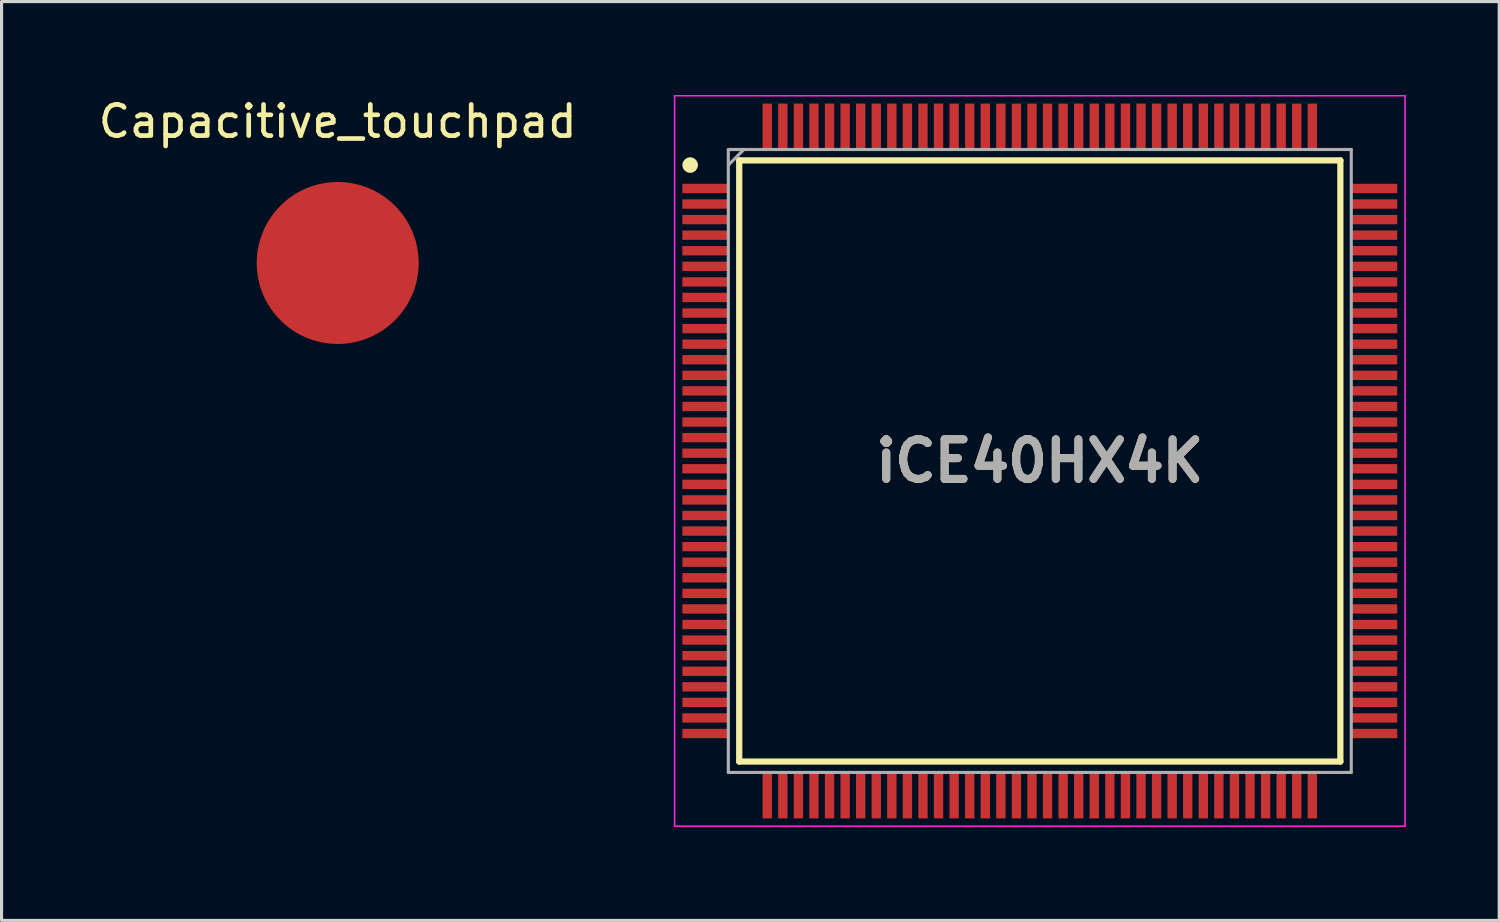
<source format=kicad_pcb>
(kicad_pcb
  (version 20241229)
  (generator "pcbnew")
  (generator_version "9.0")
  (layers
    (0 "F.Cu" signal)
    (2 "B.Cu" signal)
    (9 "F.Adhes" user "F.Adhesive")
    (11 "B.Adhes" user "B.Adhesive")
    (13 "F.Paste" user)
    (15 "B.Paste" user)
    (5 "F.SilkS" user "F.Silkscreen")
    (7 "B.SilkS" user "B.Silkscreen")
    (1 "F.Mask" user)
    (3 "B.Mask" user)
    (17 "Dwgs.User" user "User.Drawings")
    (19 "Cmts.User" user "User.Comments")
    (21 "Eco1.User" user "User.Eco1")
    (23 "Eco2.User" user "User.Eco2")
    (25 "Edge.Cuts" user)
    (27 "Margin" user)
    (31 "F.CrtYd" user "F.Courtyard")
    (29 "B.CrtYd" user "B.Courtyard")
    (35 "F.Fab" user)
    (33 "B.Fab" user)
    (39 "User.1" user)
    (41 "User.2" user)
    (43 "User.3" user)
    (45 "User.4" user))
  (footprint "iCE40HX4K"
    (layer "F.Cu")
    (at 30.333 11.75)
    (property "Reference" "iCE40HX4K" (at 0 0 0) (layer "F.SilkS") (effects (font (size 1.27 1.27) (thickness 0.254))))
    (attr smd)
    (fp_line (start -9.65 -9.65) (end 9.65 -9.65) (stroke (width 0.2) (type solid)) (layer "F.SilkS"))
    (fp_line (start -9.65 9.65) (end -9.65 -9.65) (stroke (width 0.2) (type solid)) (layer "F.SilkS"))
    (fp_line (start 9.65 -9.65) (end 9.65 9.65) (stroke (width 0.2) (type solid)) (layer "F.SilkS"))
    (fp_line (start 9.65 9.65) (end -9.65 9.65) (stroke (width 0.2) (type solid)) (layer "F.SilkS"))
    (fp_circle (center -11.225 -9.5) (end -11.225 -9.375) (stroke (width 0.25) (type solid)) (fill no) (layer "F.SilkS"))
    (fp_line (start -11.725 -11.725) (end 11.725 -11.725) (stroke (width 0.05) (type solid)) (layer "F.CrtYd"))
    (fp_line (start -11.725 11.725) (end -11.725 -11.725) (stroke (width 0.05) (type solid)) (layer "F.CrtYd"))
    (fp_line (start 11.725 -11.725) (end 11.725 11.725) (stroke (width 0.05) (type solid)) (layer "F.CrtYd"))
    (fp_line (start 11.725 11.725) (end -11.725 11.725) (stroke (width 0.05) (type solid)) (layer "F.CrtYd"))
    (fp_line (start -10 -10) (end 10 -10) (stroke (width 0.1) (type solid)) (layer "F.Fab"))
    (fp_line (start -10 -9.5) (end -9.5 -10) (stroke (width 0.1) (type solid)) (layer "F.Fab"))
    (fp_line (start -10 10) (end -10 -10) (stroke (width 0.1) (type solid)) (layer "F.Fab"))
    (fp_line (start 10 -10) (end 10 10) (stroke (width 0.1) (type solid)) (layer "F.Fab"))
    (fp_line (start 10 10) (end -10 10) (stroke (width 0.1) (type solid)) (layer "F.Fab"))
    (fp_text user "${REFERENCE}" (at 0 0 0) (layer "F.Fab") (effects (font (size 1.27 1.27) (thickness 0.254))))
    (pad "1" smd rect (at -10.738 -8.75 90) (size 0.3 1.475) (layers "F.Cu" "F.Mask" "F.Paste"))
    (pad "2" smd rect (at -10.738 -8.25 90) (size 0.3 1.475) (layers "F.Cu" "F.Mask" "F.Paste"))
    (pad "3" smd rect (at -10.738 -7.75 90) (size 0.3 1.475) (layers "F.Cu" "F.Mask" "F.Paste"))
    (pad "4" smd rect (at -10.738 -7.25 90) (size 0.3 1.475) (layers "F.Cu" "F.Mask" "F.Paste"))
    (pad "5" smd rect (at -10.738 -6.75 90) (size 0.3 1.475) (layers "F.Cu" "F.Mask" "F.Paste"))
    (pad "6" smd rect (at -10.738 -6.25 90) (size 0.3 1.475) (layers "F.Cu" "F.Mask" "F.Paste"))
    (pad "7" smd rect (at -10.738 -5.75 90) (size 0.3 1.475) (layers "F.Cu" "F.Mask" "F.Paste"))
    (pad "8" smd rect (at -10.738 -5.25 90) (size 0.3 1.475) (layers "F.Cu" "F.Mask" "F.Paste"))
    (pad "9" smd rect (at -10.738 -4.75 90) (size 0.3 1.475) (layers "F.Cu" "F.Mask" "F.Paste"))
    (pad "10" smd rect (at -10.738 -4.25 90) (size 0.3 1.475) (layers "F.Cu" "F.Mask" "F.Paste"))
    (pad "11" smd rect (at -10.738 -3.75 90) (size 0.3 1.475) (layers "F.Cu" "F.Mask" "F.Paste"))
    (pad "12" smd rect (at -10.738 -3.25 90) (size 0.3 1.475) (layers "F.Cu" "F.Mask" "F.Paste"))
    (pad "13" smd rect (at -10.738 -2.75 90) (size 0.3 1.475) (layers "F.Cu" "F.Mask" "F.Paste"))
    (pad "14" smd rect (at -10.738 -2.25 90) (size 0.3 1.475) (layers "F.Cu" "F.Mask" "F.Paste"))
    (pad "15" smd rect (at -10.738 -1.75 90) (size 0.3 1.475) (layers "F.Cu" "F.Mask" "F.Paste"))
    (pad "16" smd rect (at -10.738 -1.25 90) (size 0.3 1.475) (layers "F.Cu" "F.Mask" "F.Paste"))
    (pad "17" smd rect (at -10.738 -0.75 90) (size 0.3 1.475) (layers "F.Cu" "F.Mask" "F.Paste"))
    (pad "18" smd rect (at -10.738 -0.25 90) (size 0.3 1.475) (layers "F.Cu" "F.Mask" "F.Paste"))
    (pad "19" smd rect (at -10.738 0.25 90) (size 0.3 1.475) (layers "F.Cu" "F.Mask" "F.Paste"))
    (pad "20" smd rect (at -10.738 0.75 90) (size 0.3 1.475) (layers "F.Cu" "F.Mask" "F.Paste"))
    (pad "21" smd rect (at -10.738 1.25 90) (size 0.3 1.475) (layers "F.Cu" "F.Mask" "F.Paste"))
    (pad "22" smd rect (at -10.738 1.75 90) (size 0.3 1.475) (layers "F.Cu" "F.Mask" "F.Paste"))
    (pad "23" smd rect (at -10.738 2.25 90) (size 0.3 1.475) (layers "F.Cu" "F.Mask" "F.Paste"))
    (pad "24" smd rect (at -10.738 2.75 90) (size 0.3 1.475) (layers "F.Cu" "F.Mask" "F.Paste"))
    (pad "25" smd rect (at -10.738 3.25 90) (size 0.3 1.475) (layers "F.Cu" "F.Mask" "F.Paste"))
    (pad "26" smd rect (at -10.738 3.75 90) (size 0.3 1.475) (layers "F.Cu" "F.Mask" "F.Paste"))
    (pad "27" smd rect (at -10.738 4.25 90) (size 0.3 1.475) (layers "F.Cu" "F.Mask" "F.Paste"))
    (pad "28" smd rect (at -10.738 4.75 90) (size 0.3 1.475) (layers "F.Cu" "F.Mask" "F.Paste"))
    (pad "29" smd rect (at -10.738 5.25 90) (size 0.3 1.475) (layers "F.Cu" "F.Mask" "F.Paste"))
    (pad "30" smd rect (at -10.738 5.75 90) (size 0.3 1.475) (layers "F.Cu" "F.Mask" "F.Paste"))
    (pad "31" smd rect (at -10.738 6.25 90) (size 0.3 1.475) (layers "F.Cu" "F.Mask" "F.Paste"))
    (pad "32" smd rect (at -10.738 6.75 90) (size 0.3 1.475) (layers "F.Cu" "F.Mask" "F.Paste"))
    (pad "33" smd rect (at -10.738 7.25 90) (size 0.3 1.475) (layers "F.Cu" "F.Mask" "F.Paste"))
    (pad "34" smd rect (at -10.738 7.75 90) (size 0.3 1.475) (layers "F.Cu" "F.Mask" "F.Paste"))
    (pad "35" smd rect (at -10.738 8.25 90) (size 0.3 1.475) (layers "F.Cu" "F.Mask" "F.Paste"))
    (pad "36" smd rect (at -10.738 8.75 90) (size 0.3 1.475) (layers "F.Cu" "F.Mask" "F.Paste"))
    (pad "37" smd rect (at -8.75 10.738) (size 0.3 1.475) (layers "F.Cu" "F.Mask" "F.Paste"))
    (pad "38" smd rect (at -8.25 10.738) (size 0.3 1.475) (layers "F.Cu" "F.Mask" "F.Paste"))
    (pad "39" smd rect (at -7.75 10.738) (size 0.3 1.475) (layers "F.Cu" "F.Mask" "F.Paste"))
    (pad "40" smd rect (at -7.25 10.738) (size 0.3 1.475) (layers "F.Cu" "F.Mask" "F.Paste"))
    (pad "41" smd rect (at -6.75 10.738) (size 0.3 1.475) (layers "F.Cu" "F.Mask" "F.Paste"))
    (pad "42" smd rect (at -6.25 10.738) (size 0.3 1.475) (layers "F.Cu" "F.Mask" "F.Paste"))
    (pad "43" smd rect (at -5.75 10.738) (size 0.3 1.475) (layers "F.Cu" "F.Mask" "F.Paste"))
    (pad "44" smd rect (at -5.25 10.738) (size 0.3 1.475) (layers "F.Cu" "F.Mask" "F.Paste"))
    (pad "45" smd rect (at -4.75 10.738) (size 0.3 1.475) (layers "F.Cu" "F.Mask" "F.Paste"))
    (pad "46" smd rect (at -4.25 10.738) (size 0.3 1.475) (layers "F.Cu" "F.Mask" "F.Paste"))
    (pad "47" smd rect (at -3.75 10.738) (size 0.3 1.475) (layers "F.Cu" "F.Mask" "F.Paste"))
    (pad "48" smd rect (at -3.25 10.738) (size 0.3 1.475) (layers "F.Cu" "F.Mask" "F.Paste"))
    (pad "49" smd rect (at -2.75 10.738) (size 0.3 1.475) (layers "F.Cu" "F.Mask" "F.Paste"))
    (pad "50" smd rect (at -2.25 10.738) (size 0.3 1.475) (layers "F.Cu" "F.Mask" "F.Paste"))
    (pad "51" smd rect (at -1.75 10.738) (size 0.3 1.475) (layers "F.Cu" "F.Mask" "F.Paste"))
    (pad "52" smd rect (at -1.25 10.738) (size 0.3 1.475) (layers "F.Cu" "F.Mask" "F.Paste"))
    (pad "53" smd rect (at -0.75 10.738) (size 0.3 1.475) (layers "F.Cu" "F.Mask" "F.Paste"))
    (pad "54" smd rect (at -0.25 10.738) (size 0.3 1.475) (layers "F.Cu" "F.Mask" "F.Paste"))
    (pad "55" smd rect (at 0.25 10.738) (size 0.3 1.475) (layers "F.Cu" "F.Mask" "F.Paste"))
    (pad "56" smd rect (at 0.75 10.738) (size 0.3 1.475) (layers "F.Cu" "F.Mask" "F.Paste"))
    (pad "57" smd rect (at 1.25 10.738) (size 0.3 1.475) (layers "F.Cu" "F.Mask" "F.Paste"))
    (pad "58" smd rect (at 1.75 10.738) (size 0.3 1.475) (layers "F.Cu" "F.Mask" "F.Paste"))
    (pad "59" smd rect (at 2.25 10.738) (size 0.3 1.475) (layers "F.Cu" "F.Mask" "F.Paste"))
    (pad "60" smd rect (at 2.75 10.738) (size 0.3 1.475) (layers "F.Cu" "F.Mask" "F.Paste"))
    (pad "61" smd rect (at 3.25 10.738) (size 0.3 1.475) (layers "F.Cu" "F.Mask" "F.Paste"))
    (pad "62" smd rect (at 3.75 10.738) (size 0.3 1.475) (layers "F.Cu" "F.Mask" "F.Paste"))
    (pad "63" smd rect (at 4.25 10.738) (size 0.3 1.475) (layers "F.Cu" "F.Mask" "F.Paste"))
    (pad "64" smd rect (at 4.75 10.738) (size 0.3 1.475) (layers "F.Cu" "F.Mask" "F.Paste"))
    (pad "65" smd rect (at 5.25 10.738) (size 0.3 1.475) (layers "F.Cu" "F.Mask" "F.Paste"))
    (pad "66" smd rect (at 5.75 10.738) (size 0.3 1.475) (layers "F.Cu" "F.Mask" "F.Paste"))
    (pad "67" smd rect (at 6.25 10.738) (size 0.3 1.475) (layers "F.Cu" "F.Mask" "F.Paste"))
    (pad "68" smd rect (at 6.75 10.738) (size 0.3 1.475) (layers "F.Cu" "F.Mask" "F.Paste"))
    (pad "69" smd rect (at 7.25 10.738) (size 0.3 1.475) (layers "F.Cu" "F.Mask" "F.Paste"))
    (pad "70" smd rect (at 7.75 10.738) (size 0.3 1.475) (layers "F.Cu" "F.Mask" "F.Paste"))
    (pad "71" smd rect (at 8.25 10.738) (size 0.3 1.475) (layers "F.Cu" "F.Mask" "F.Paste"))
    (pad "72" smd rect (at 8.75 10.738) (size 0.3 1.475) (layers "F.Cu" "F.Mask" "F.Paste"))
    (pad "73" smd rect (at 10.738 8.75 90) (size 0.3 1.475) (layers "F.Cu" "F.Mask" "F.Paste"))
    (pad "74" smd rect (at 10.738 8.25 90) (size 0.3 1.475) (layers "F.Cu" "F.Mask" "F.Paste"))
    (pad "75" smd rect (at 10.738 7.75 90) (size 0.3 1.475) (layers "F.Cu" "F.Mask" "F.Paste"))
    (pad "76" smd rect (at 10.738 7.25 90) (size 0.3 1.475) (layers "F.Cu" "F.Mask" "F.Paste"))
    (pad "77" smd rect (at 10.738 6.75 90) (size 0.3 1.475) (layers "F.Cu" "F.Mask" "F.Paste"))
    (pad "78" smd rect (at 10.738 6.25 90) (size 0.3 1.475) (layers "F.Cu" "F.Mask" "F.Paste"))
    (pad "79" smd rect (at 10.738 5.75 90) (size 0.3 1.475) (layers "F.Cu" "F.Mask" "F.Paste"))
    (pad "80" smd rect (at 10.738 5.25 90) (size 0.3 1.475) (layers "F.Cu" "F.Mask" "F.Paste"))
    (pad "81" smd rect (at 10.738 4.75 90) (size 0.3 1.475) (layers "F.Cu" "F.Mask" "F.Paste"))
    (pad "82" smd rect (at 10.738 4.25 90) (size 0.3 1.475) (layers "F.Cu" "F.Mask" "F.Paste"))
    (pad "83" smd rect (at 10.738 3.75 90) (size 0.3 1.475) (layers "F.Cu" "F.Mask" "F.Paste"))
    (pad "84" smd rect (at 10.738 3.25 90) (size 0.3 1.475) (layers "F.Cu" "F.Mask" "F.Paste"))
    (pad "85" smd rect (at 10.738 2.75 90) (size 0.3 1.475) (layers "F.Cu" "F.Mask" "F.Paste"))
    (pad "86" smd rect (at 10.738 2.25 90) (size 0.3 1.475) (layers "F.Cu" "F.Mask" "F.Paste"))
    (pad "87" smd rect (at 10.738 1.75 90) (size 0.3 1.475) (layers "F.Cu" "F.Mask" "F.Paste"))
    (pad "88" smd rect (at 10.738 1.25 90) (size 0.3 1.475) (layers "F.Cu" "F.Mask" "F.Paste"))
    (pad "89" smd rect (at 10.738 0.75 90) (size 0.3 1.475) (layers "F.Cu" "F.Mask" "F.Paste"))
    (pad "90" smd rect (at 10.738 0.25 90) (size 0.3 1.475) (layers "F.Cu" "F.Mask" "F.Paste"))
    (pad "91" smd rect (at 10.738 -0.25 90) (size 0.3 1.475) (layers "F.Cu" "F.Mask" "F.Paste"))
    (pad "92" smd rect (at 10.738 -0.75 90) (size 0.3 1.475) (layers "F.Cu" "F.Mask" "F.Paste"))
    (pad "93" smd rect (at 10.738 -1.25 90) (size 0.3 1.475) (layers "F.Cu" "F.Mask" "F.Paste"))
    (pad "94" smd rect (at 10.738 -1.75 90) (size 0.3 1.475) (layers "F.Cu" "F.Mask" "F.Paste"))
    (pad "95" smd rect (at 10.738 -2.25 90) (size 0.3 1.475) (layers "F.Cu" "F.Mask" "F.Paste"))
    (pad "96" smd rect (at 10.738 -2.75 90) (size 0.3 1.475) (layers "F.Cu" "F.Mask" "F.Paste"))
    (pad "97" smd rect (at 10.738 -3.25 90) (size 0.3 1.475) (layers "F.Cu" "F.Mask" "F.Paste"))
    (pad "98" smd rect (at 10.738 -3.75 90) (size 0.3 1.475) (layers "F.Cu" "F.Mask" "F.Paste"))
    (pad "99" smd rect (at 10.738 -4.25 90) (size 0.3 1.475) (layers "F.Cu" "F.Mask" "F.Paste"))
    (pad "100" smd rect (at 10.738 -4.75 90) (size 0.3 1.475) (layers "F.Cu" "F.Mask" "F.Paste"))
    (pad "101" smd rect (at 10.738 -5.25 90) (size 0.3 1.475) (layers "F.Cu" "F.Mask" "F.Paste"))
    (pad "102" smd rect (at 10.738 -5.75 90) (size 0.3 1.475) (layers "F.Cu" "F.Mask" "F.Paste"))
    (pad "103" smd rect (at 10.738 -6.25 90) (size 0.3 1.475) (layers "F.Cu" "F.Mask" "F.Paste"))
    (pad "104" smd rect (at 10.738 -6.75 90) (size 0.3 1.475) (layers "F.Cu" "F.Mask" "F.Paste"))
    (pad "105" smd rect (at 10.738 -7.25 90) (size 0.3 1.475) (layers "F.Cu" "F.Mask" "F.Paste"))
    (pad "106" smd rect (at 10.738 -7.75 90) (size 0.3 1.475) (layers "F.Cu" "F.Mask" "F.Paste"))
    (pad "107" smd rect (at 10.738 -8.25 90) (size 0.3 1.475) (layers "F.Cu" "F.Mask" "F.Paste"))
    (pad "108" smd rect (at 10.738 -8.75 90) (size 0.3 1.475) (layers "F.Cu" "F.Mask" "F.Paste"))
    (pad "109" smd rect (at 8.75 -10.738) (size 0.3 1.475) (layers "F.Cu" "F.Mask" "F.Paste"))
    (pad "110" smd rect (at 8.25 -10.738) (size 0.3 1.475) (layers "F.Cu" "F.Mask" "F.Paste"))
    (pad "111" smd rect (at 7.75 -10.738) (size 0.3 1.475) (layers "F.Cu" "F.Mask" "F.Paste"))
    (pad "112" smd rect (at 7.25 -10.738) (size 0.3 1.475) (layers "F.Cu" "F.Mask" "F.Paste"))
    (pad "113" smd rect (at 6.75 -10.738) (size 0.3 1.475) (layers "F.Cu" "F.Mask" "F.Paste"))
    (pad "114" smd rect (at 6.25 -10.738) (size 0.3 1.475) (layers "F.Cu" "F.Mask" "F.Paste"))
    (pad "115" smd rect (at 5.75 -10.738) (size 0.3 1.475) (layers "F.Cu" "F.Mask" "F.Paste"))
    (pad "116" smd rect (at 5.25 -10.738) (size 0.3 1.475) (layers "F.Cu" "F.Mask" "F.Paste"))
    (pad "117" smd rect (at 4.75 -10.738) (size 0.3 1.475) (layers "F.Cu" "F.Mask" "F.Paste"))
    (pad "118" smd rect (at 4.25 -10.738) (size 0.3 1.475) (layers "F.Cu" "F.Mask" "F.Paste"))
    (pad "119" smd rect (at 3.75 -10.738) (size 0.3 1.475) (layers "F.Cu" "F.Mask" "F.Paste"))
    (pad "120" smd rect (at 3.25 -10.738) (size 0.3 1.475) (layers "F.Cu" "F.Mask" "F.Paste"))
    (pad "121" smd rect (at 2.75 -10.738) (size 0.3 1.475) (layers "F.Cu" "F.Mask" "F.Paste"))
    (pad "122" smd rect (at 2.25 -10.738) (size 0.3 1.475) (layers "F.Cu" "F.Mask" "F.Paste"))
    (pad "123" smd rect (at 1.75 -10.738) (size 0.3 1.475) (layers "F.Cu" "F.Mask" "F.Paste"))
    (pad "124" smd rect (at 1.25 -10.738) (size 0.3 1.475) (layers "F.Cu" "F.Mask" "F.Paste"))
    (pad "125" smd rect (at 0.75 -10.738) (size 0.3 1.475) (layers "F.Cu" "F.Mask" "F.Paste"))
    (pad "126" smd rect (at 0.25 -10.738) (size 0.3 1.475) (layers "F.Cu" "F.Mask" "F.Paste"))
    (pad "127" smd rect (at -0.25 -10.738) (size 0.3 1.475) (layers "F.Cu" "F.Mask" "F.Paste"))
    (pad "128" smd rect (at -0.75 -10.738) (size 0.3 1.475) (layers "F.Cu" "F.Mask" "F.Paste"))
    (pad "129" smd rect (at -1.25 -10.738) (size 0.3 1.475) (layers "F.Cu" "F.Mask" "F.Paste"))
    (pad "130" smd rect (at -1.75 -10.738) (size 0.3 1.475) (layers "F.Cu" "F.Mask" "F.Paste"))
    (pad "131" smd rect (at -2.25 -10.738) (size 0.3 1.475) (layers "F.Cu" "F.Mask" "F.Paste"))
    (pad "132" smd rect (at -2.75 -10.738) (size 0.3 1.475) (layers "F.Cu" "F.Mask" "F.Paste"))
    (pad "133" smd rect (at -3.25 -10.738) (size 0.3 1.475) (layers "F.Cu" "F.Mask" "F.Paste"))
    (pad "134" smd rect (at -3.75 -10.738) (size 0.3 1.475) (layers "F.Cu" "F.Mask" "F.Paste"))
    (pad "135" smd rect (at -4.25 -10.738) (size 0.3 1.475) (layers "F.Cu" "F.Mask" "F.Paste"))
    (pad "136" smd rect (at -4.75 -10.738) (size 0.3 1.475) (layers "F.Cu" "F.Mask" "F.Paste"))
    (pad "137" smd rect (at -5.25 -10.738) (size 0.3 1.475) (layers "F.Cu" "F.Mask" "F.Paste"))
    (pad "138" smd rect (at -5.75 -10.738) (size 0.3 1.475) (layers "F.Cu" "F.Mask" "F.Paste"))
    (pad "139" smd rect (at -6.25 -10.738) (size 0.3 1.475) (layers "F.Cu" "F.Mask" "F.Paste"))
    (pad "140" smd rect (at -6.75 -10.738) (size 0.3 1.475) (layers "F.Cu" "F.Mask" "F.Paste"))
    (pad "141" smd rect (at -7.25 -10.738) (size 0.3 1.475) (layers "F.Cu" "F.Mask" "F.Paste"))
    (pad "142" smd rect (at -7.75 -10.738) (size 0.3 1.475) (layers "F.Cu" "F.Mask" "F.Paste"))
    (pad "143" smd rect (at -8.25 -10.738) (size 0.3 1.475) (layers "F.Cu" "F.Mask" "F.Paste"))
    (pad "144" smd rect (at -8.75 -10.738) (size 0.3 1.475) (layers "F.Cu" "F.Mask" "F.Paste")))
  (footprint "Capacitive_touchpad"
    (layer "F.Cu")
    (at 7.792 5.393)
    (property "Reference" "Capacitive_touchpad" (at 0 -4.545 0) (layer "F.SilkS") (effects (font (size 1 1) (thickness 0.15))))
    (fp_circle (center 0 0) (end 2.5 0) (stroke (width 0.2) (type solid)) (fill yes) (layer "F.Cu"))
    (pad "1" smd circle (at 0 0) (size 1.524 1.524) (layers "F.Cu")))
  (gr_rect
    (start -3 -3)
    (end 45.083 26.5)
    (stroke (width 0.1) (type default))
    (fill no)
    (layer "Edge.Cuts")))
</source>
